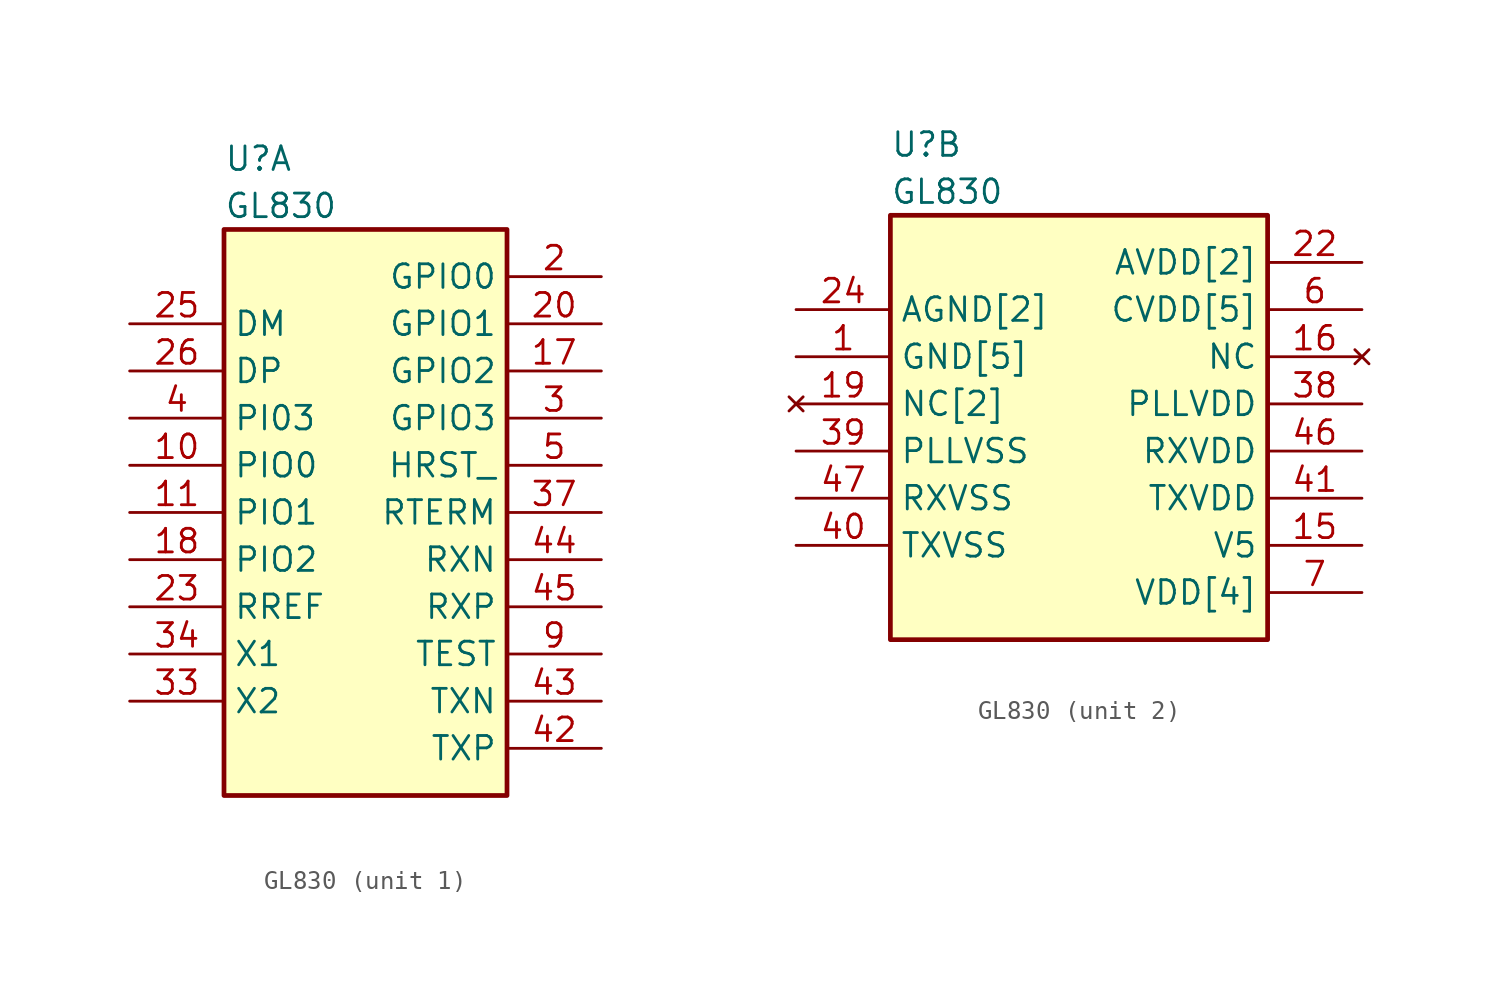
<source format=kicad_sym>
(kicad_symbol_lib
  (version 20211014)
  (generator kicad_symbol_editor)
  (symbol "﻿GL830"
    (property "Reference" "U"
      (at 5.08 6.35 0)
      (effects (font (size 1.27 1.27)) (justify left)))
    (property "Value" "﻿GL830"
      (at 5.08 3.81 0)
      (effects (font (size 1.27 1.27)) (justify left)))
    (property "ki_locked" ""
      (at 0 0 0)
      (effects (font (size 1.27 1.27))))
    (symbol "﻿GL830_1_1"
      (rectangle (start 5.08 2.54) (end 20.32 -27.94) (stroke (width 0.254) (type default) (color 0 0 0 0)) (fill (type background)))
      (pin bidirectional line (at 0 -10.16 0) (length 5.08) (name "PIO0" (effects (font (size 1.27 1.27)))) (number "10" (effects (font (size 1.27 1.27)))))
      (pin bidirectional line (at 0 -12.7 0) (length 5.08) (name "PIO1" (effects (font (size 1.27 1.27)))) (number "11" (effects (font (size 1.27 1.27)))))
      (pin bidirectional line (at 25.4 -5.08 180) (length 5.08) (name "GPIO2" (effects (font (size 1.27 1.27)))) (number "17" (effects (font (size 1.27 1.27)))))
      (pin bidirectional line (at 0 -15.24 0) (length 5.08) (name "PIO2" (effects (font (size 1.27 1.27)))) (number "18" (effects (font (size 1.27 1.27)))))
      (pin bidirectional line (at 25.4 0 180) (length 5.08) (name "GPIO0" (effects (font (size 1.27 1.27)))) (number "2" (effects (font (size 1.27 1.27)))))
      (pin bidirectional line (at 25.4 -2.54 180) (length 5.08) (name "GPIO1" (effects (font (size 1.27 1.27)))) (number "20" (effects (font (size 1.27 1.27)))))
      (pin bidirectional line (at 0 -17.78 0) (length 5.08) (name "RREF" (effects (font (size 1.27 1.27)))) (number "23" (effects (font (size 1.27 1.27)))))
      (pin bidirectional line (at 0 -2.54 0) (length 5.08) (name "DM" (effects (font (size 1.27 1.27)))) (number "25" (effects (font (size 1.27 1.27)))))
      (pin bidirectional line (at 0 -5.08 0) (length 5.08) (name "DP" (effects (font (size 1.27 1.27)))) (number "26" (effects (font (size 1.27 1.27)))))
      (pin bidirectional line (at 25.4 -7.62 180) (length 5.08) (name "GPIO3" (effects (font (size 1.27 1.27)))) (number "3" (effects (font (size 1.27 1.27)))))
      (pin bidirectional line (at 0 -22.86 0) (length 5.08) (name "X2" (effects (font (size 1.27 1.27)))) (number "33" (effects (font (size 1.27 1.27)))))
      (pin input line (at 0 -20.32 0) (length 5.08) (name "X1" (effects (font (size 1.27 1.27)))) (number "34" (effects (font (size 1.27 1.27)))))
      (pin bidirectional line (at 25.4 -12.7 180) (length 5.08) (name "RTERM" (effects (font (size 1.27 1.27)))) (number "37" (effects (font (size 1.27 1.27)))))
      (pin bidirectional line (at 0 -7.62 0) (length 5.08) (name "PI03" (effects (font (size 1.27 1.27)))) (number "4" (effects (font (size 1.27 1.27)))))
      (pin output line (at 25.4 -25.4 180) (length 5.08) (name "TXP" (effects (font (size 1.27 1.27)))) (number "42" (effects (font (size 1.27 1.27)))))
      (pin output line (at 25.4 -22.86 180) (length 5.08) (name "TXN" (effects (font (size 1.27 1.27)))) (number "43" (effects (font (size 1.27 1.27)))))
      (pin input line (at 25.4 -15.24 180) (length 5.08) (name "RXN" (effects (font (size 1.27 1.27)))) (number "44" (effects (font (size 1.27 1.27)))))
      (pin input line (at 25.4 -17.78 180) (length 5.08) (name "RXP" (effects (font (size 1.27 1.27)))) (number "45" (effects (font (size 1.27 1.27)))))
      (pin input line (at 25.4 -10.16 180) (length 5.08) (name "HRST_" (effects (font (size 1.27 1.27)))) (number "5" (effects (font (size 1.27 1.27)))))
      (pin input line (at 25.4 -20.32 180) (length 5.08) (name "TEST" (effects (font (size 1.27 1.27)))) (number "9" (effects (font (size 1.27 1.27))))))
    (symbol "﻿GL830_2_1"
      (rectangle (start 5.08 2.54) (end 25.4 -20.32) (stroke (width 0.254) (type default) (color 0 0 0 0)) (fill (type background)))
      (pin power_in line (at 0 -5.08 0) (length 5.08) (name "GND[5]" (effects (font (size 1.27 1.27)))) (number "1" (effects (font (size 1.27 1.27)))))
      (pin passive line (at 30.48 -2.54 180) (length 5.08) hide (name "CVDD[5]" (effects (font (size 1.27 1.27)))) (number "12" (effects (font (size 1.27 1.27)))))
      (pin passive line (at 0 -5.08 0) (length 5.08) hide (name "GND[5]" (effects (font (size 1.27 1.27)))) (number "13" (effects (font (size 1.27 1.27)))))
      (pin passive line (at 30.48 -17.78 180) (length 5.08) hide (name "VDD[4]" (effects (font (size 1.27 1.27)))) (number "14" (effects (font (size 1.27 1.27)))))
      (pin power_in line (at 30.48 -15.24 180) (length 5.08) (name "V5" (effects (font (size 1.27 1.27)))) (number "15" (effects (font (size 1.27 1.27)))))
      (pin no_connect line (at 30.48 -5.08 180) (length 5.08) (name "NC" (effects (font (size 1.27 1.27)))) (number "16" (effects (font (size 1.27 1.27)))))
      (pin no_connect line (at 0 -7.62 0) (length 5.08) (name "NC[2]" (effects (font (size 1.27 1.27)))) (number "19" (effects (font (size 1.27 1.27)))))
      (pin no_connect line (at 0 -7.595 0) (length 5.08) hide (name "NC[2]" (effects (font (size 1.27 1.27)))) (number "21" (effects (font (size 1.27 1.27)))))
      (pin power_in line (at 30.48 0 180) (length 5.08) (name "AVDD[2]" (effects (font (size 1.27 1.27)))) (number "22" (effects (font (size 1.27 1.27)))))
      (pin power_in line (at 0 -2.54 0) (length 5.08) (name "AGND[2]" (effects (font (size 1.27 1.27)))) (number "24" (effects (font (size 1.27 1.27)))))
      (pin passive line (at 30.48 0 180) (length 5.08) hide (name "AVDD[2]" (effects (font (size 1.27 1.27)))) (number "27" (effects (font (size 1.27 1.27)))))
      (pin passive line (at 0 -2.54 0) (length 5.08) hide (name "AGND[2]" (effects (font (size 1.27 1.27)))) (number "28" (effects (font (size 1.27 1.27)))))
      (pin passive line (at 30.48 -2.54 180) (length 5.08) hide (name "CVDD[5]" (effects (font (size 1.27 1.27)))) (number "29" (effects (font (size 1.27 1.27)))))
      (pin passive line (at 30.48 -17.78 180) (length 5.08) hide (name "VDD[4]" (effects (font (size 1.27 1.27)))) (number "30" (effects (font (size 1.27 1.27)))))
      (pin passive line (at 0 -5.08 0) (length 5.08) hide (name "GND[5]" (effects (font (size 1.27 1.27)))) (number "31" (effects (font (size 1.27 1.27)))))
      (pin passive line (at 30.48 -17.78 180) (length 5.08) hide (name "VDD[4]" (effects (font (size 1.27 1.27)))) (number "32" (effects (font (size 1.27 1.27)))))
      (pin passive line (at 30.48 -2.54 180) (length 5.08) hide (name "CVDD[5]" (effects (font (size 1.27 1.27)))) (number "35" (effects (font (size 1.27 1.27)))))
      (pin passive line (at 0 -5.08 0) (length 5.08) hide (name "GND[5]" (effects (font (size 1.27 1.27)))) (number "36" (effects (font (size 1.27 1.27)))))
      (pin power_in line (at 30.48 -7.62 180) (length 5.08) (name "PLLVDD" (effects (font (size 1.27 1.27)))) (number "38" (effects (font (size 1.27 1.27)))))
      (pin power_in line (at 0 -10.16 0) (length 5.08) (name "PLLVSS" (effects (font (size 1.27 1.27)))) (number "39" (effects (font (size 1.27 1.27)))))
      (pin power_in line (at 0 -15.24 0) (length 5.08) (name "TXVSS" (effects (font (size 1.27 1.27)))) (number "40" (effects (font (size 1.27 1.27)))))
      (pin power_in line (at 30.48 -12.7 180) (length 5.08) (name "TXVDD" (effects (font (size 1.27 1.27)))) (number "41" (effects (font (size 1.27 1.27)))))
      (pin power_in line (at 30.48 -10.16 180) (length 5.08) (name "RXVDD" (effects (font (size 1.27 1.27)))) (number "46" (effects (font (size 1.27 1.27)))))
      (pin power_in line (at 0 -12.7 0) (length 5.08) (name "RXVSS" (effects (font (size 1.27 1.27)))) (number "47" (effects (font (size 1.27 1.27)))))
      (pin passive line (at 30.48 -2.54 180) (length 5.08) hide (name "CVDD[5]" (effects (font (size 1.27 1.27)))) (number "48" (effects (font (size 1.27 1.27)))))
      (pin power_in line (at 30.48 -2.54 180) (length 5.08) (name "CVDD[5]" (effects (font (size 1.27 1.27)))) (number "6" (effects (font (size 1.27 1.27)))))
      (pin power_in line (at 30.48 -17.78 180) (length 5.08) (name "VDD[4]" (effects (font (size 1.27 1.27)))) (number "7" (effects (font (size 1.27 1.27)))))
      (pin passive line (at 0 -5.08 0) (length 5.08) hide (name "GND[5]" (effects (font (size 1.27 1.27)))) (number "8" (effects (font (size 1.27 1.27))))))))
</source>
